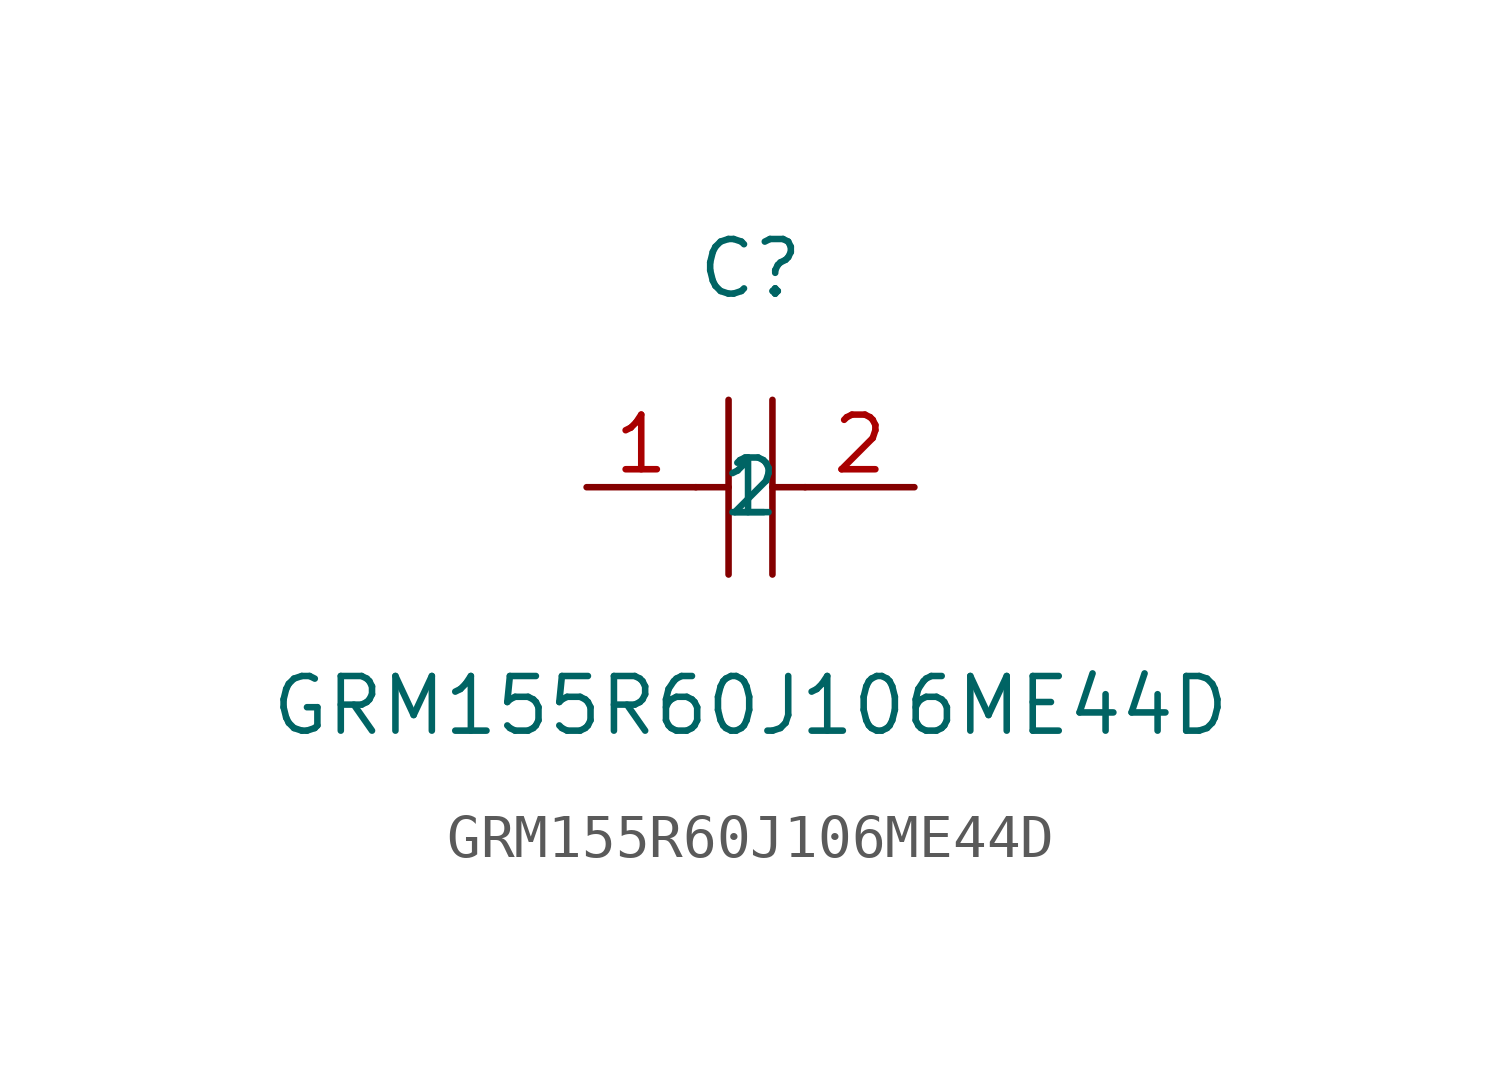
<source format=kicad_sym>
(kicad_symbol_lib
  (version 1)
  (generator "faebryk")
  (symbol "GRM155R60J106ME44D"
    (property "Reference" "C"
      (at 0 5.08 0)
      (effects (font (size 1.27 1.27)) (hide no)))
    (property "Value" "GRM155R60J106ME44D"
      (at 0 -5.08 0)
      (effects (font (size 1.27 1.27)) (hide no)))
    (symbol "GRM155R60J106ME44D_0_1"
      (polyline (stroke (width 0) (type default) (color 0 0 0 0)) (fill (type none)) (pts (xy -0.51 2.03) (xy -0.51 -2.03)))
      (polyline (stroke (width 0) (type default) (color 0 0 0 0)) (fill (type none)) (pts (xy 0.51 2.03) (xy 0.51 -2.03)))
      (polyline (stroke (width 0) (type default) (color 0 0 0 0)) (fill (type none)) (pts (xy -1.27 0) (xy -0.51 0)))
      (polyline (stroke (width 0) (type default) (color 0 0 0 0)) (fill (type none)) (pts (xy 0.51 0) (xy 1.27 0)))
      (pin input line (at -3.81 0 0) (length 2.54) (name "1" (effects (font (size 1.27 1.27)) (hide no))) (number "1" (effects (font (size 1.27 1.27)) (hide no))))
      (pin input line (at 3.81 0 180) (length 2.54) (name "2" (effects (font (size 1.27 1.27)) (hide no))) (number "2" (effects (font (size 1.27 1.27)) (hide no)))))))
</source>
